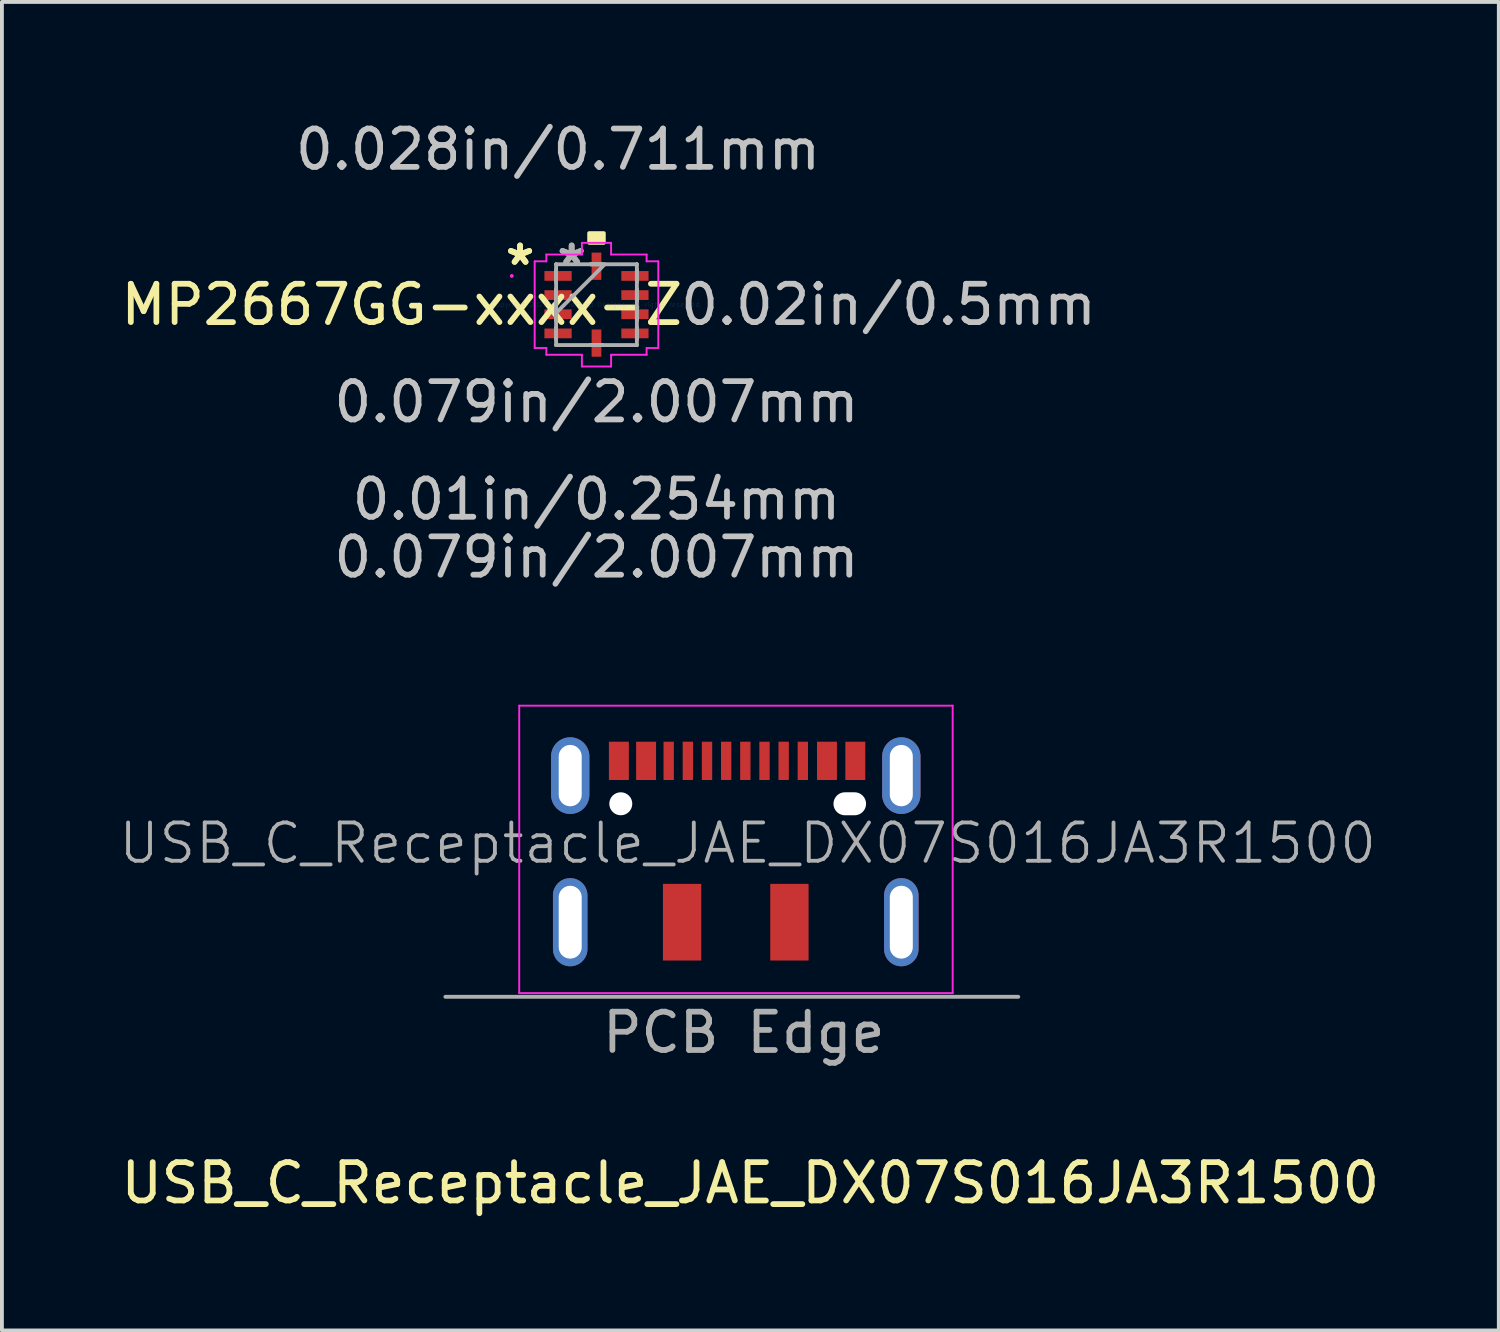
<source format=kicad_pcb>
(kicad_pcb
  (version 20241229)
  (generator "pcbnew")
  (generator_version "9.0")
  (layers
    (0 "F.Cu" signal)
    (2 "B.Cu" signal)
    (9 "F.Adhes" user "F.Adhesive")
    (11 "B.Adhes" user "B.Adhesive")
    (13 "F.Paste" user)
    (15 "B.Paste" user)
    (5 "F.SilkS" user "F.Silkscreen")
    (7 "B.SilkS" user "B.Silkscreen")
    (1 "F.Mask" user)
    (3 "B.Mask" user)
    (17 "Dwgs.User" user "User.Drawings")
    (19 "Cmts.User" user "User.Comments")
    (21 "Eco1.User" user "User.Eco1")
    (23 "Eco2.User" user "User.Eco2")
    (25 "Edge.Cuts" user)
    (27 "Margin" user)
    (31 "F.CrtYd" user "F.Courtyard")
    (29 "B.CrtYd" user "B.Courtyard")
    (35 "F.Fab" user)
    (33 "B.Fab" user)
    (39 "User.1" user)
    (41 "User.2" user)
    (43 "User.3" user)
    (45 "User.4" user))
  (footprint "USB_C_Receptacle_JAE_DX07S016JA3R1500"
    (layer "F.Cu")
    (at 16.149 17.914)
    (property "Reference" "USB_C_Receptacle_JAE_DX07S016JA3R1500" (at 0.381 9.906 0) (layer "F.SilkS") (effects (font (size 1 1) (thickness 0.15))))
    (attr smd)
    (fp_line (start -5.65 -2.55) (end 5.66 -2.55) (stroke (width 0.05) (type solid)) (layer "F.CrtYd"))
    (fp_line (start -5.65 4.95) (end -5.65 -2.55) (stroke (width 0.05) (type solid)) (layer "F.CrtYd"))
    (fp_line (start 5.66 -2.55) (end 5.66 4.95) (stroke (width 0.05) (type solid)) (layer "F.CrtYd"))
    (fp_line (start 5.66 4.95) (end -5.65 4.95) (stroke (width 0.05) (type solid)) (layer "F.CrtYd"))
    (fp_line (start -7.578 5.047) (end 7.372 5.047) (stroke (width 0.1) (type solid)) (layer "F.Fab"))
    (fp_text user "${REFERENCE}" (at 0.31 1.04 0) (layer "F.Fab") (effects (font (size 1 1) (thickness 0.1))))
    (fp_text user "PCB Edge" (at 0.21 5.98 0) (unlocked yes) (layer "F.Fab") (effects (font (size 1 1) (thickness 0.15))))
    (pad "" np_thru_hole oval (at -4.32 -0.725 180) (size 1 2) (drill oval 0.6 1.6) (layers "*.Cu" "*.Mask"))
    (pad "" np_thru_hole oval (at -4.32 3.1 180) (size 0.9 2.3) (drill oval 0.6 1.9) (layers "*.Cu" "*.Mask"))
    (pad "" np_thru_hole circle (at -3 0.01) (size 0.6 0.6) (drill 0.6) (layers "*.Cu" "*.Mask"))
    (pad "" smd rect (at -1.4 3.1) (size 1 2) (property pad_prop_heatsink) (layers "F.Cu" "F.Mask" "F.Paste"))
    (pad "" smd rect (at 1.4 3.1) (size 1 2) (property pad_prop_heatsink) (layers "F.Cu" "F.Mask" "F.Paste"))
    (pad "" np_thru_hole oval (at 2.975 0.01) (size 0.85 0.6) (drill oval 0.85 0.6) (layers "*.Cu" "*.Mask"))
    (pad "" np_thru_hole oval (at 4.32 -0.725 180) (size 1 2) (drill oval 0.6 1.6) (layers "*.Cu" "*.Mask"))
    (pad "" np_thru_hole oval (at 4.32 3.1 180) (size 0.9 2.3) (drill oval 0.6 1.9) (layers "*.Cu" "*.Mask"))
    (pad "A1" smd rect (at -3.05 -1.11) (size 0.52 1) (layers "F.Cu" "F.Mask" "F.Paste"))
    (pad "A4" smd rect (at -2.34 -1.11) (size 0.52 1) (layers "F.Cu" "F.Mask" "F.Paste"))
    (pad "A5" smd rect (at -1.75 -1.11) (size 0.27 1) (layers "F.Cu" "F.Mask" "F.Paste"))
    (pad "A6" smd rect (at -0.25 -1.11) (size 0.27 1) (layers "F.Cu" "F.Mask" "F.Paste"))
    (pad "A7" smd rect (at 0.75 -1.11) (size 0.27 1) (layers "F.Cu" "F.Mask" "F.Paste"))
    (pad "A8" smd rect (at 1.75 -1.11) (size 0.27 1) (layers "F.Cu" "F.Mask" "F.Paste"))
    (pad "A9" smd rect (at 2.38 -1.11) (size 0.52 1) (layers "F.Cu" "F.Mask" "F.Paste"))
    (pad "A12" smd rect (at 3.12 -1.11) (size 0.52 1) (layers "F.Cu" "F.Mask" "F.Paste"))
    (pad "B5" smd rect (at 1.25 -1.11) (size 0.27 1) (layers "F.Cu" "F.Mask" "F.Paste"))
    (pad "B6" smd rect (at 0.25 -1.11) (size 0.27 1) (layers "F.Cu" "F.Mask" "F.Paste"))
    (pad "B7" smd rect (at -0.75 -1.11) (size 0.27 1) (layers "F.Cu" "F.Mask" "F.Paste"))
    (pad "B8" smd rect (at -1.25 -1.11) (size 0.27 1) (layers "F.Cu" "F.Mask" "F.Paste")))
  (footprint "MP2667GG-xxxx-Z"
    (layer "F.Cu")
    (at 12.515 4.9)
    (property "Reference" "MP2667GG-xxxx-Z" (at -5.08 0 0) (layer "F.SilkS") (effects (font (size 1 1) (thickness 0.15))))
    (attr smd)
    (fp_poly (pts (xy -0.191 -1.613) (xy -0.191 -1.867) (xy 0.191 -1.867) (xy 0.191 -1.613)) (stroke (width 0.1) (type solid)) (fill yes) (layer "F.SilkS"))
    (fp_line (start -1.613 -1.131) (end -1.308 -1.131) (stroke (width 0.05) (type solid)) (layer "F.CrtYd"))
    (fp_line (start -1.613 1.131) (end -1.613 -1.131) (stroke (width 0.05) (type solid)) (layer "F.CrtYd"))
    (fp_line (start -1.308 -1.308) (end -0.381 -1.308) (stroke (width 0.05) (type solid)) (layer "F.CrtYd"))
    (fp_line (start -1.308 -1.131) (end -1.308 -1.308) (stroke (width 0.05) (type solid)) (layer "F.CrtYd"))
    (fp_line (start -1.308 1.131) (end -1.613 1.131) (stroke (width 0.05) (type solid)) (layer "F.CrtYd"))
    (fp_line (start -1.308 1.308) (end -1.308 1.131) (stroke (width 0.05) (type solid)) (layer "F.CrtYd"))
    (fp_line (start -0.381 -1.613) (end 0.381 -1.613) (stroke (width 0.05) (type solid)) (layer "F.CrtYd"))
    (fp_line (start -0.381 -1.308) (end -0.381 -1.613) (stroke (width 0.05) (type solid)) (layer "F.CrtYd"))
    (fp_line (start -0.381 1.308) (end -1.308 1.308) (stroke (width 0.05) (type solid)) (layer "F.CrtYd"))
    (fp_line (start -0.381 1.613) (end -0.381 1.308) (stroke (width 0.05) (type solid)) (layer "F.CrtYd"))
    (fp_line (start 0.381 -1.613) (end 0.381 -1.308) (stroke (width 0.05) (type solid)) (layer "F.CrtYd"))
    (fp_line (start 0.381 -1.308) (end 1.308 -1.308) (stroke (width 0.05) (type solid)) (layer "F.CrtYd"))
    (fp_line (start 0.381 1.308) (end 0.381 1.613) (stroke (width 0.05) (type solid)) (layer "F.CrtYd"))
    (fp_line (start 0.381 1.613) (end -0.381 1.613) (stroke (width 0.05) (type solid)) (layer "F.CrtYd"))
    (fp_line (start 1.308 -1.308) (end 1.308 -1.131) (stroke (width 0.05) (type solid)) (layer "F.CrtYd"))
    (fp_line (start 1.308 -1.131) (end 1.613 -1.131) (stroke (width 0.05) (type solid)) (layer "F.CrtYd"))
    (fp_line (start 1.308 1.131) (end 1.308 1.308) (stroke (width 0.05) (type solid)) (layer "F.CrtYd"))
    (fp_line (start 1.308 1.308) (end 0.381 1.308) (stroke (width 0.05) (type solid)) (layer "F.CrtYd"))
    (fp_line (start 1.613 -1.131) (end 1.613 1.131) (stroke (width 0.05) (type solid)) (layer "F.CrtYd"))
    (fp_line (start 1.613 1.131) (end 1.308 1.131) (stroke (width 0.05) (type solid)) (layer "F.CrtYd"))
    (fp_circle (center -2.21 -0.75) (end -2.21 -0.75) (stroke (width 0.05) (type solid)) (fill no) (layer "F.CrtYd"))
    (fp_line (start -1.054 -1.054) (end -1.054 -1.054) (stroke (width 0.1) (type solid)) (layer "F.Fab"))
    (fp_line (start -1.054 -1.054) (end -1.054 1.054) (stroke (width 0.1) (type solid)) (layer "F.Fab"))
    (fp_line (start -1.054 -0.902) (end -1.054 -0.902) (stroke (width 0.1) (type solid)) (layer "F.Fab"))
    (fp_line (start -1.054 -0.902) (end -1.054 -0.598) (stroke (width 0.1) (type solid)) (layer "F.Fab"))
    (fp_line (start -1.054 -0.598) (end -1.054 -0.902) (stroke (width 0.1) (type solid)) (layer "F.Fab"))
    (fp_line (start -1.054 -0.598) (end -1.054 -0.598) (stroke (width 0.1) (type solid)) (layer "F.Fab"))
    (fp_line (start -1.054 -0.402) (end -1.054 -0.402) (stroke (width 0.1) (type solid)) (layer "F.Fab"))
    (fp_line (start -1.054 -0.402) (end -1.054 -0.098) (stroke (width 0.1) (type solid)) (layer "F.Fab"))
    (fp_line (start -1.054 -0.098) (end -1.054 -0.402) (stroke (width 0.1) (type solid)) (layer "F.Fab"))
    (fp_line (start -1.054 -0.098) (end -1.054 -0.098) (stroke (width 0.1) (type solid)) (layer "F.Fab"))
    (fp_line (start -1.054 0.098) (end -1.054 0.098) (stroke (width 0.1) (type solid)) (layer "F.Fab"))
    (fp_line (start -1.054 0.098) (end -1.054 0.402) (stroke (width 0.1) (type solid)) (layer "F.Fab"))
    (fp_line (start -1.054 0.216) (end 0.216 -1.054) (stroke (width 0.1) (type solid)) (layer "F.Fab"))
    (fp_line (start -1.054 0.402) (end -1.054 0.098) (stroke (width 0.1) (type solid)) (layer "F.Fab"))
    (fp_line (start -1.054 0.402) (end -1.054 0.402) (stroke (width 0.1) (type solid)) (layer "F.Fab"))
    (fp_line (start -1.054 0.598) (end -1.054 0.598) (stroke (width 0.1) (type solid)) (layer "F.Fab"))
    (fp_line (start -1.054 0.598) (end -1.054 0.902) (stroke (width 0.1) (type solid)) (layer "F.Fab"))
    (fp_line (start -1.054 0.902) (end -1.054 0.598) (stroke (width 0.1) (type solid)) (layer "F.Fab"))
    (fp_line (start -1.054 0.902) (end -1.054 0.902) (stroke (width 0.1) (type solid)) (layer "F.Fab"))
    (fp_line (start -1.054 1.054) (end -1.054 1.054) (stroke (width 0.1) (type solid)) (layer "F.Fab"))
    (fp_line (start -1.054 1.054) (end 1.054 1.054) (stroke (width 0.1) (type solid)) (layer "F.Fab"))
    (fp_line (start -0.152 -1.054) (end -0.152 -1.054) (stroke (width 0.1) (type solid)) (layer "F.Fab"))
    (fp_line (start -0.152 -1.054) (end 0.152 -1.054) (stroke (width 0.1) (type solid)) (layer "F.Fab"))
    (fp_line (start -0.152 1.054) (end -0.152 1.054) (stroke (width 0.1) (type solid)) (layer "F.Fab"))
    (fp_line (start -0.152 1.054) (end 0.152 1.054) (stroke (width 0.1) (type solid)) (layer "F.Fab"))
    (fp_line (start 0.152 -1.054) (end -0.152 -1.054) (stroke (width 0.1) (type solid)) (layer "F.Fab"))
    (fp_line (start 0.152 -1.054) (end 0.152 -1.054) (stroke (width 0.1) (type solid)) (layer "F.Fab"))
    (fp_line (start 0.152 1.054) (end -0.152 1.054) (stroke (width 0.1) (type solid)) (layer "F.Fab"))
    (fp_line (start 0.152 1.054) (end 0.152 1.054) (stroke (width 0.1) (type solid)) (layer "F.Fab"))
    (fp_line (start 1.054 -1.054) (end -1.054 -1.054) (stroke (width 0.1) (type solid)) (layer "F.Fab"))
    (fp_line (start 1.054 -1.054) (end 1.054 -1.054) (stroke (width 0.1) (type solid)) (layer "F.Fab"))
    (fp_line (start 1.054 -0.902) (end 1.054 -0.902) (stroke (width 0.1) (type solid)) (layer "F.Fab"))
    (fp_line (start 1.054 -0.902) (end 1.054 -0.598) (stroke (width 0.1) (type solid)) (layer "F.Fab"))
    (fp_line (start 1.054 -0.598) (end 1.054 -0.902) (stroke (width 0.1) (type solid)) (layer "F.Fab"))
    (fp_line (start 1.054 -0.598) (end 1.054 -0.598) (stroke (width 0.1) (type solid)) (layer "F.Fab"))
    (fp_line (start 1.054 -0.402) (end 1.054 -0.402) (stroke (width 0.1) (type solid)) (layer "F.Fab"))
    (fp_line (start 1.054 -0.402) (end 1.054 -0.098) (stroke (width 0.1) (type solid)) (layer "F.Fab"))
    (fp_line (start 1.054 -0.098) (end 1.054 -0.402) (stroke (width 0.1) (type solid)) (layer "F.Fab"))
    (fp_line (start 1.054 -0.098) (end 1.054 -0.098) (stroke (width 0.1) (type solid)) (layer "F.Fab"))
    (fp_line (start 1.054 0.098) (end 1.054 0.098) (stroke (width 0.1) (type solid)) (layer "F.Fab"))
    (fp_line (start 1.054 0.098) (end 1.054 0.402) (stroke (width 0.1) (type solid)) (layer "F.Fab"))
    (fp_line (start 1.054 0.402) (end 1.054 0.098) (stroke (width 0.1) (type solid)) (layer "F.Fab"))
    (fp_line (start 1.054 0.402) (end 1.054 0.402) (stroke (width 0.1) (type solid)) (layer "F.Fab"))
    (fp_line (start 1.054 0.598) (end 1.054 0.598) (stroke (width 0.1) (type solid)) (layer "F.Fab"))
    (fp_line (start 1.054 0.598) (end 1.054 0.902) (stroke (width 0.1) (type solid)) (layer "F.Fab"))
    (fp_line (start 1.054 0.902) (end 1.054 0.598) (stroke (width 0.1) (type solid)) (layer "F.Fab"))
    (fp_line (start 1.054 0.902) (end 1.054 0.902) (stroke (width 0.1) (type solid)) (layer "F.Fab"))
    (fp_line (start 1.054 1.054) (end 1.054 -1.054) (stroke (width 0.1) (type solid)) (layer "F.Fab"))
    (fp_line (start 1.054 1.054) (end 1.054 1.054) (stroke (width 0.1) (type solid)) (layer "F.Fab"))
    (fp_text user "*" (at -1.994 -1 0) (layer "F.SilkS") (effects (font (size 1 1) (thickness 0.15))))
    (fp_text user "*" (at -1.994 -1 0) (layer "F.SilkS") (effects (font (size 1 1) (thickness 0.15))))
    (fp_text user "0.028in/0.711mm" (at -1.003 -4.051 0) (layer "Dwgs.User") (effects (font (size 1 1) (thickness 0.15))))
    (fp_text user "0.01in/0.254mm" (at 0 5.08 0) (layer "Dwgs.User") (effects (font (size 1 1) (thickness 0.15))))
    (fp_text user "0.079in/2.007mm" (at 0 2.54 0) (layer "Dwgs.User") (effects (font (size 1 1) (thickness 0.15))))
    (fp_text user "0.02in/0.5mm" (at 7.62 0 0) (layer "Dwgs.User") (effects (font (size 1 1) (thickness 0.15))))
    (fp_text user "0.079in/2.007mm" (at 0 6.591 0) (layer "Dwgs.User") (effects (font (size 1 1) (thickness 0.15))))
    (fp_text user "Copyright 2021 Accelerated Designs. All rights reserved." (at 0 0 0) (layer "Cmts.User") (effects (font (size 0.127 0.127) (thickness 0.002))))
    (fp_text user "*" (at -0.648 -1 0) (layer "F.Fab") (effects (font (size 1 1) (thickness 0.15))))
    (fp_text user "*" (at -0.648 -1 0) (layer "F.Fab") (effects (font (size 1 1) (thickness 0.15))))
    (pad "1" smd rect (at -1.003 -0.75 90) (size 0.254 0.711) (layers "F.Cu" "F.Mask" "F.Paste"))
    (pad "2" smd rect (at -1.003 -0.25 90) (size 0.254 0.711) (layers "F.Cu" "F.Mask" "F.Paste"))
    (pad "3" smd rect (at -1.003 0.25 90) (size 0.254 0.711) (layers "F.Cu" "F.Mask" "F.Paste"))
    (pad "4" smd rect (at -1.003 0.75 90) (size 0.254 0.711) (layers "F.Cu" "F.Mask" "F.Paste"))
    (pad "5" smd rect (at 0 1.003) (size 0.254 0.711) (layers "F.Cu" "F.Mask" "F.Paste"))
    (pad "6" smd rect (at 1.003 0.75 90) (size 0.254 0.711) (layers "F.Cu" "F.Mask" "F.Paste"))
    (pad "7" smd rect (at 1.003 0.25 90) (size 0.254 0.711) (layers "F.Cu" "F.Mask" "F.Paste"))
    (pad "8" smd rect (at 1.003 -0.25 90) (size 0.254 0.711) (layers "F.Cu" "F.Mask" "F.Paste"))
    (pad "9" smd rect (at 1.003 -0.75 90) (size 0.254 0.711) (layers "F.Cu" "F.Mask" "F.Paste"))
    (pad "10" smd rect (at 0 -1.003) (size 0.254 0.711) (layers "F.Cu" "F.Mask" "F.Paste")))
  (gr_rect
    (start -3 -3)
    (end 36.06 31.668)
    (stroke (width 0.1) (type default))
    (fill no)
    (layer "Edge.Cuts")))
</source>
